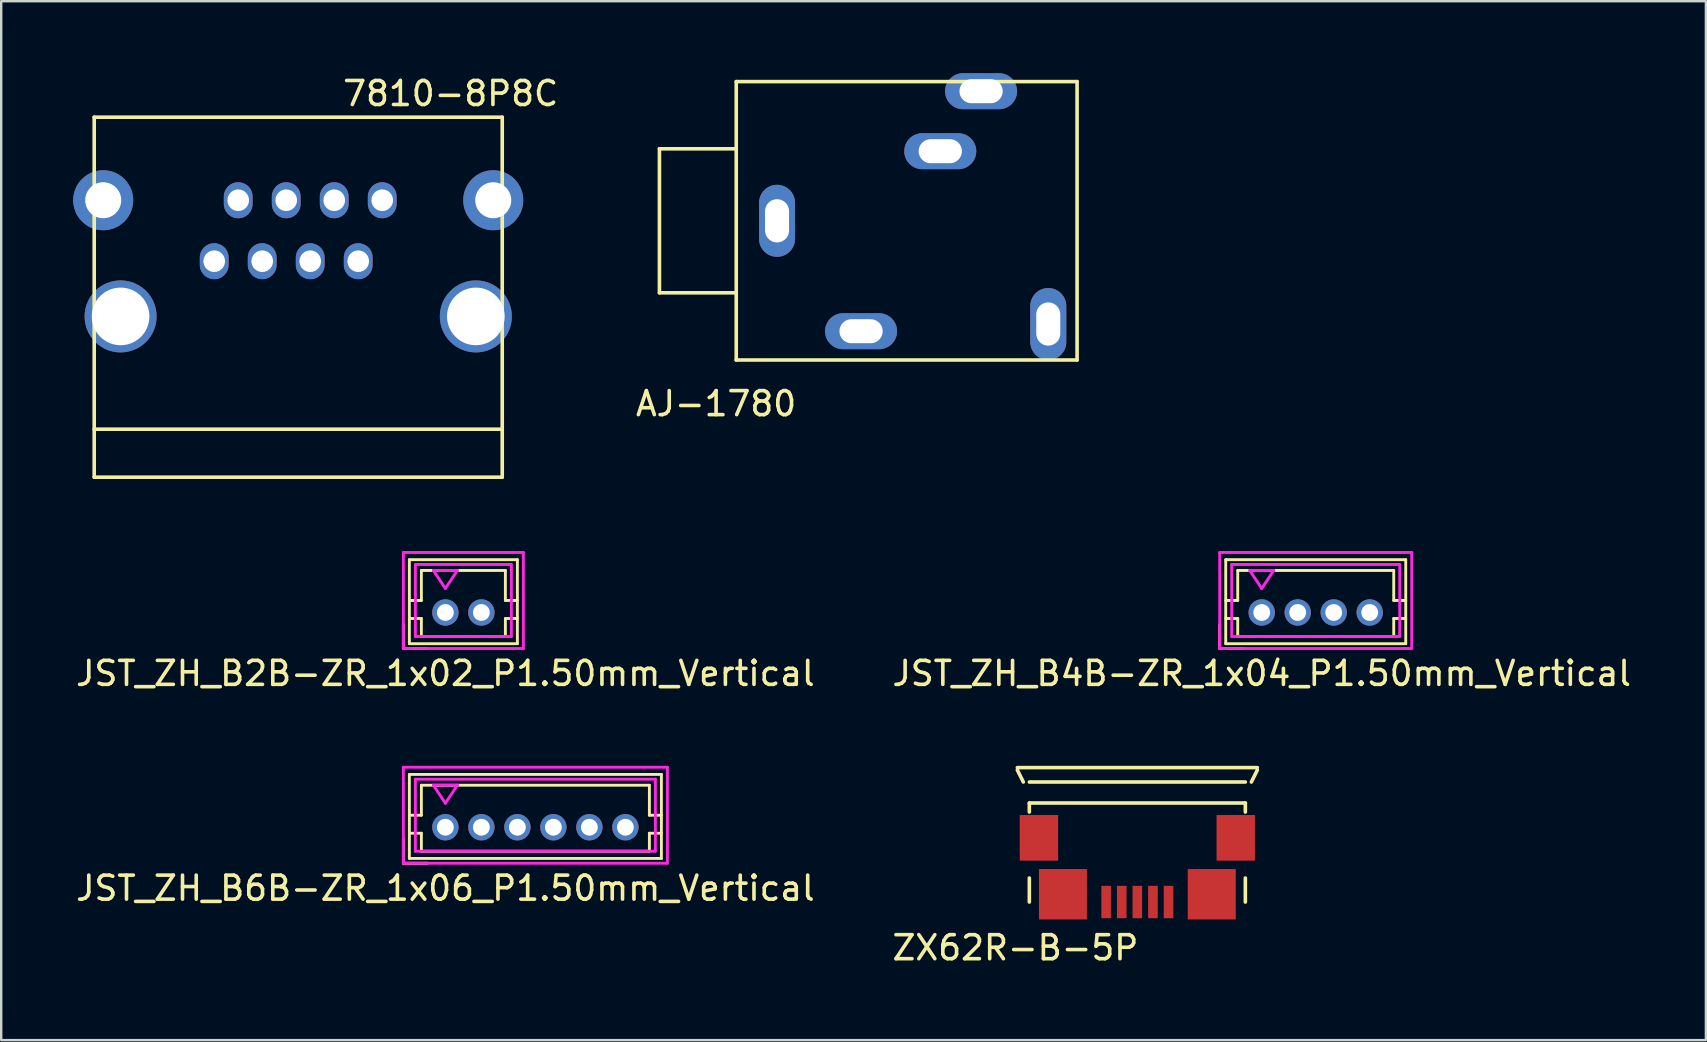
<source format=kicad_pcb>
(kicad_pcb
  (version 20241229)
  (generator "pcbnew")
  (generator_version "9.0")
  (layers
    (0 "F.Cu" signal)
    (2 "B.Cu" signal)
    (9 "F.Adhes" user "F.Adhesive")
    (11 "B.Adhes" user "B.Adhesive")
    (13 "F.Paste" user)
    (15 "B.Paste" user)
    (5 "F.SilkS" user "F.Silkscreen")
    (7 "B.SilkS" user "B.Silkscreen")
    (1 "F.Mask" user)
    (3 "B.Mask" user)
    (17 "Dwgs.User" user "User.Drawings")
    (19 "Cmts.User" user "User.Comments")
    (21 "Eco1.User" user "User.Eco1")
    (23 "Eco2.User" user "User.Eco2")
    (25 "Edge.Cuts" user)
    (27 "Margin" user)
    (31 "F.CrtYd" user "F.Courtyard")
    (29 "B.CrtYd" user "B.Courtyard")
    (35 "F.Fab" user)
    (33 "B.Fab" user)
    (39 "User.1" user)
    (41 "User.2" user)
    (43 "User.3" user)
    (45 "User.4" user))
  (footprint "ZX62R-B-5P"
    (layer "F.Cu")
    (at 44.336 34.532)
    (property "Reference" "ZX62R-B-5P" (at -5.08 1.905 0) (layer "F.SilkS") (effects (font (size 1 1) (thickness 0.15))))
    (attr through_hole)
    (fp_line (start -5 -5.6) (end 5 -5.6) (stroke (width 0.15) (type solid)) (layer "F.SilkS"))
    (fp_line (start -5 -5.5) (end -4.75 -5) (stroke (width 0.15) (type solid)) (layer "F.SilkS"))
    (fp_line (start -4.5 -5) (end 4.5 -5) (stroke (width 0.15) (type solid)) (layer "F.SilkS"))
    (fp_line (start -4.5 -4.125) (end 4.5 -4.125) (stroke (width 0.15) (type solid)) (layer "F.SilkS"))
    (fp_line (start -4.5 -3.75) (end -4.5 -4.125) (stroke (width 0.15) (type solid)) (layer "F.SilkS"))
    (fp_line (start -4.5 -1) (end -4.5 0) (stroke (width 0.15) (type solid)) (layer "F.SilkS"))
    (fp_line (start 4.5 -3.75) (end 4.5 -4.125) (stroke (width 0.15) (type solid)) (layer "F.SilkS"))
    (fp_line (start 4.5 -1) (end 4.5 0) (stroke (width 0.15) (type solid)) (layer "F.SilkS"))
    (fp_line (start 5 -5.5) (end 4.75 -5) (stroke (width 0.15) (type solid)) (layer "F.SilkS"))
    (pad "1" smd rect (at -1.3 0) (size 0.4 1.35) (layers "F.Cu" "F.Mask" "F.Paste"))
    (pad "2" smd rect (at -0.65 0) (size 0.4 1.35) (layers "F.Cu" "F.Mask" "F.Paste"))
    (pad "3" smd rect (at 0 0) (size 0.4 1.35) (layers "F.Cu" "F.Mask" "F.Paste"))
    (pad "4" smd rect (at 0.65 0) (size 0.4 1.35) (layers "F.Cu" "F.Mask" "F.Paste"))
    (pad "5" smd rect (at 1.3 0) (size 0.4 1.35) (layers "F.Cu" "F.Mask" "F.Paste"))
    (pad "6" smd rect (at -4.1 -2.675) (size 1.6 1.9) (layers "F.Cu" "F.Mask" "F.Paste"))
    (pad "6" smd rect (at -3.1 -0.325) (size 2 2.1) (layers "F.Cu" "F.Mask" "F.Paste"))
    (pad "6" smd rect (at 3.1 -0.325) (size 2 2.1) (layers "F.Cu" "F.Mask" "F.Paste"))
    (pad "6" smd rect (at 4.1 -2.675) (size 1.6 1.9) (layers "F.Cu" "F.Mask" "F.Paste")))
  (footprint "7810-8P8C"
    (layer "F.Cu")
    (at 9.375 7.833)
    (property "Reference" "7810-8P8C" (at 6.35 -6.985 180) (layer "F.SilkS") (effects (font (size 1 1) (thickness 0.15))))
    (attr through_hole)
    (fp_line (start -8.5 -6) (end -8.5 9) (stroke (width 0.15) (type solid)) (layer "F.SilkS"))
    (fp_line (start -8.5 7) (end 8.5 7) (stroke (width 0.15) (type solid)) (layer "F.SilkS"))
    (fp_line (start 8.5 -6) (end -8.5 -6) (stroke (width 0.15) (type solid)) (layer "F.SilkS"))
    (fp_line (start 8.5 -6) (end 8.5 9) (stroke (width 0.15) (type solid)) (layer "F.SilkS"))
    (fp_line (start 8.5 9) (end -8.5 9) (stroke (width 0.15) (type solid)) (layer "F.SilkS"))
    (pad "" thru_hole circle (at -7.4 2.3) (size 3 3) (drill 2.4) (layers "*.Cu" "*.Mask"))
    (pad "" thru_hole circle (at 7.4 2.3) (size 3 3) (drill 2.4) (layers "*.Cu" "*.Mask"))
    (pad "1" thru_hole oval (at 3.5 -2.54) (size 1.2 1.5) (drill 0.9) (layers "*.Cu" "*.Mask"))
    (pad "2" thru_hole oval (at 2.5 0) (size 1.2 1.5) (drill 0.9) (layers "*.Cu" "*.Mask"))
    (pad "3" thru_hole oval (at 1.5 -2.54) (size 1.2 1.5) (drill 0.9) (layers "*.Cu" "*.Mask"))
    (pad "4" thru_hole oval (at 0.5 0) (size 1.2 1.5) (drill 0.9) (layers "*.Cu" "*.Mask"))
    (pad "5" thru_hole oval (at -0.5 -2.54) (size 1.2 1.5) (drill 0.9) (layers "*.Cu" "*.Mask"))
    (pad "6" thru_hole oval (at -1.5 0) (size 1.2 1.5) (drill 0.9) (layers "*.Cu" "*.Mask"))
    (pad "7" thru_hole oval (at -2.5 -2.54) (size 1.2 1.5) (drill 0.9) (layers "*.Cu" "*.Mask"))
    (pad "8" thru_hole oval (at -3.5 0) (size 1.2 1.5) (drill 0.9) (layers "*.Cu" "*.Mask"))
    (pad "SH" thru_hole circle (at -8.125 -2.54) (size 2.5 2.5) (drill 1.5) (layers "*.Cu" "*.Mask"))
    (pad "SH" thru_hole circle (at 8.125 -2.54) (size 2.5 2.5) (drill 1.5) (layers "*.Cu" "*.Mask")))
  (footprint "JST_ZH_B4B-ZR_1x04_P1.50mm_Vertical"
    (layer "F.Cu")
    (at 49.518 22.468)
    (property "Reference" "JST_ZH_B4B-ZR_1x04_P1.50mm_Vertical" (at 0 2.54 0) (layer "F.SilkS") (effects (font (size 1 1) (thickness 0.15))))
    (attr through_hole)
    (fp_line (start -1.75 0.5) (end -1.75 1.5) (stroke (width 0.12) (type solid)) (layer "F.SilkS"))
    (fp_line (start -1.75 1.5) (end -0.75 1.5) (stroke (width 0.12) (type solid)) (layer "F.SilkS"))
    (fp_line (start -1.5 -2.2) (end -1.5 1.3) (stroke (width 0.12) (type solid)) (layer "F.SilkS"))
    (fp_line (start -1.5 -2.2) (end 6 -2.2) (stroke (width 0.12) (type solid)) (layer "F.SilkS"))
    (fp_line (start -1.5 -0.5) (end -1 -0.5) (stroke (width 0.12) (type solid)) (layer "F.SilkS"))
    (fp_line (start -1.5 0.25) (end -1 0.25) (stroke (width 0.12) (type solid)) (layer "F.SilkS"))
    (fp_line (start -1.5 1.3) (end 6 1.3) (stroke (width 0.12) (type solid)) (layer "F.SilkS"))
    (fp_line (start -1 -1.75) (end 5.5 -1.75) (stroke (width 0.12) (type solid)) (layer "F.SilkS"))
    (fp_line (start -1 -0.5) (end -1 -1.75) (stroke (width 0.12) (type solid)) (layer "F.SilkS"))
    (fp_line (start -1 0.25) (end -1 1) (stroke (width 0.12) (type solid)) (layer "F.SilkS"))
    (fp_line (start -1 1) (end 5.5 1) (stroke (width 0.12) (type solid)) (layer "F.SilkS"))
    (fp_line (start 5.5 -1.75) (end 5.5 -0.5) (stroke (width 0.12) (type solid)) (layer "F.SilkS"))
    (fp_line (start 5.5 -0.5) (end 6 -0.5) (stroke (width 0.12) (type solid)) (layer "F.SilkS"))
    (fp_line (start 5.5 0.25) (end 6 0.25) (stroke (width 0.12) (type solid)) (layer "F.SilkS"))
    (fp_line (start 5.5 1) (end 5.5 0.25) (stroke (width 0.12) (type solid)) (layer "F.SilkS"))
    (fp_line (start 6 -2.2) (end 6 1.3) (stroke (width 0.12) (type solid)) (layer "F.SilkS"))
    (fp_line (start -1.75 -2.5) (end 6.25 -2.5) (stroke (width 0.12) (type solid)) (layer "F.CrtYd"))
    (fp_line (start -1.75 1.5) (end -1.75 -2.5) (stroke (width 0.12) (type solid)) (layer "F.CrtYd"))
    (fp_line (start -1.25 -2) (end -1.25 1) (stroke (width 0.12) (type solid)) (layer "F.CrtYd"))
    (fp_line (start -1.25 1) (end 5.75 1) (stroke (width 0.12) (type solid)) (layer "F.CrtYd"))
    (fp_line (start -0.5 -1.75) (end 0 -1) (stroke (width 0.12) (type solid)) (layer "F.CrtYd"))
    (fp_line (start -0.5 -1.75) (end 0.5 -1.75) (stroke (width 0.12) (type solid)) (layer "F.CrtYd"))
    (fp_line (start 0 -1) (end 0.5 -1.75) (stroke (width 0.12) (type solid)) (layer "F.CrtYd"))
    (fp_line (start 5.75 -2) (end -1.25 -2) (stroke (width 0.12) (type solid)) (layer "F.CrtYd"))
    (fp_line (start 5.75 1) (end 5.75 -2) (stroke (width 0.12) (type solid)) (layer "F.CrtYd"))
    (fp_line (start 6.25 -2.5) (end 6.25 1.5) (stroke (width 0.12) (type solid)) (layer "F.CrtYd"))
    (fp_line (start 6.25 1.5) (end -1.75 1.5) (stroke (width 0.12) (type solid)) (layer "F.CrtYd"))
    (pad "1" thru_hole circle (at 0 0) (size 1.1 1.1) (drill 0.7) (layers "*.Cu" "*.Mask"))
    (pad "2" thru_hole circle (at 1.5 0) (size 1.1 1.1) (drill 0.7) (layers "*.Cu" "*.Mask"))
    (pad "3" thru_hole circle (at 3 0) (size 1.1 1.1) (drill 0.7) (layers "*.Cu" "*.Mask"))
    (pad "4" thru_hole circle (at 4.5 0) (size 1.1 1.1) (drill 0.7) (layers "*.Cu" "*.Mask")))
  (footprint "JST_ZH_B6B-ZR_1x06_P1.50mm_Vertical"
    (layer "F.Cu")
    (at 15.506 31.416)
    (property "Reference" "JST_ZH_B6B-ZR_1x06_P1.50mm_Vertical" (at 0 2.54 0) (layer "F.SilkS") (effects (font (size 1 1) (thickness 0.15))))
    (attr through_hole)
    (fp_line (start -1.75 0.5) (end -1.75 1.5) (stroke (width 0.12) (type solid)) (layer "F.SilkS"))
    (fp_line (start -1.75 1.5) (end -0.75 1.5) (stroke (width 0.12) (type solid)) (layer "F.SilkS"))
    (fp_line (start -1.5 -2.2) (end -1.5 1.3) (stroke (width 0.12) (type solid)) (layer "F.SilkS"))
    (fp_line (start -1.5 -2.2) (end 9 -2.2) (stroke (width 0.12) (type solid)) (layer "F.SilkS"))
    (fp_line (start -1.5 -0.5) (end -1 -0.5) (stroke (width 0.12) (type solid)) (layer "F.SilkS"))
    (fp_line (start -1.5 0.25) (end -1 0.25) (stroke (width 0.12) (type solid)) (layer "F.SilkS"))
    (fp_line (start -1.5 1.3) (end 9 1.3) (stroke (width 0.12) (type solid)) (layer "F.SilkS"))
    (fp_line (start -1 -1.75) (end 8.5 -1.75) (stroke (width 0.12) (type solid)) (layer "F.SilkS"))
    (fp_line (start -1 -0.5) (end -1 -1.75) (stroke (width 0.12) (type solid)) (layer "F.SilkS"))
    (fp_line (start -1 0.25) (end -1 1) (stroke (width 0.12) (type solid)) (layer "F.SilkS"))
    (fp_line (start -1 1) (end 8.5 1) (stroke (width 0.12) (type solid)) (layer "F.SilkS"))
    (fp_line (start 8.5 -1.75) (end 8.5 -0.5) (stroke (width 0.12) (type solid)) (layer "F.SilkS"))
    (fp_line (start 8.5 -0.5) (end 9 -0.5) (stroke (width 0.12) (type solid)) (layer "F.SilkS"))
    (fp_line (start 8.5 0.25) (end 9 0.25) (stroke (width 0.12) (type solid)) (layer "F.SilkS"))
    (fp_line (start 8.5 1) (end 8.5 0.25) (stroke (width 0.12) (type solid)) (layer "F.SilkS"))
    (fp_line (start 9 -2.2) (end 9 1.3) (stroke (width 0.12) (type solid)) (layer "F.SilkS"))
    (fp_line (start -1.75 -2.5) (end 9.25 -2.5) (stroke (width 0.12) (type solid)) (layer "F.CrtYd"))
    (fp_line (start -1.75 1.5) (end -1.75 -2.5) (stroke (width 0.12) (type solid)) (layer "F.CrtYd"))
    (fp_line (start -1.25 -2) (end -1.25 1) (stroke (width 0.12) (type solid)) (layer "F.CrtYd"))
    (fp_line (start -1.25 1) (end 8.75 1) (stroke (width 0.12) (type solid)) (layer "F.CrtYd"))
    (fp_line (start -0.5 -1.75) (end 0 -1) (stroke (width 0.12) (type solid)) (layer "F.CrtYd"))
    (fp_line (start -0.5 -1.75) (end 0.5 -1.75) (stroke (width 0.12) (type solid)) (layer "F.CrtYd"))
    (fp_line (start 0 -1) (end 0.5 -1.75) (stroke (width 0.12) (type solid)) (layer "F.CrtYd"))
    (fp_line (start 8.75 -2) (end -1.25 -2) (stroke (width 0.12) (type solid)) (layer "F.CrtYd"))
    (fp_line (start 8.75 1) (end 8.75 -2) (stroke (width 0.12) (type solid)) (layer "F.CrtYd"))
    (fp_line (start 9.25 -2.5) (end 9.25 1.5) (stroke (width 0.12) (type solid)) (layer "F.CrtYd"))
    (fp_line (start 9.25 1.5) (end -1.75 1.5) (stroke (width 0.12) (type solid)) (layer "F.CrtYd"))
    (pad "1" thru_hole circle (at 0 0) (size 1.1 1.1) (drill 0.7) (layers "*.Cu" "*.Mask"))
    (pad "2" thru_hole circle (at 1.5 0) (size 1.1 1.1) (drill 0.7) (layers "*.Cu" "*.Mask"))
    (pad "3" thru_hole circle (at 3 0) (size 1.1 1.1) (drill 0.7) (layers "*.Cu" "*.Mask"))
    (pad "4" thru_hole circle (at 4.5 0) (size 1.1 1.1) (drill 0.7) (layers "*.Cu" "*.Mask"))
    (pad "5" thru_hole circle (at 6 0) (size 1.1 1.1) (drill 0.7) (layers "*.Cu" "*.Mask"))
    (pad "6" thru_hole circle (at 7.5 0) (size 1.1 1.1) (drill 0.7) (layers "*.Cu" "*.Mask")))
  (footprint "JST_ZH_B2B-ZR_1x02_P1.50mm_Vertical"
    (layer "F.Cu")
    (at 15.506 22.468)
    (property "Reference" "JST_ZH_B2B-ZR_1x02_P1.50mm_Vertical" (at 0 2.54 0) (layer "F.SilkS") (effects (font (size 1 1) (thickness 0.15))))
    (attr through_hole)
    (fp_line (start -1.75 0.5) (end -1.75 1.5) (stroke (width 0.12) (type solid)) (layer "F.SilkS"))
    (fp_line (start -1.75 1.5) (end -0.75 1.5) (stroke (width 0.12) (type solid)) (layer "F.SilkS"))
    (fp_line (start -1.5 -2.2) (end -1.5 1.3) (stroke (width 0.12) (type solid)) (layer "F.SilkS"))
    (fp_line (start -1.5 -2.2) (end 3 -2.2) (stroke (width 0.12) (type solid)) (layer "F.SilkS"))
    (fp_line (start -1.5 -0.5) (end -1 -0.5) (stroke (width 0.12) (type solid)) (layer "F.SilkS"))
    (fp_line (start -1.5 0.25) (end -1 0.25) (stroke (width 0.12) (type solid)) (layer "F.SilkS"))
    (fp_line (start -1.5 1.3) (end 3 1.3) (stroke (width 0.12) (type solid)) (layer "F.SilkS"))
    (fp_line (start -1 -1.75) (end 2.5 -1.75) (stroke (width 0.12) (type solid)) (layer "F.SilkS"))
    (fp_line (start -1 -0.5) (end -1 -1.75) (stroke (width 0.12) (type solid)) (layer "F.SilkS"))
    (fp_line (start -1 0.25) (end -1 1) (stroke (width 0.12) (type solid)) (layer "F.SilkS"))
    (fp_line (start -1 1) (end 2.5 1) (stroke (width 0.12) (type solid)) (layer "F.SilkS"))
    (fp_line (start 2.5 -1.75) (end 2.5 -0.5) (stroke (width 0.12) (type solid)) (layer "F.SilkS"))
    (fp_line (start 2.5 -0.5) (end 3 -0.5) (stroke (width 0.12) (type solid)) (layer "F.SilkS"))
    (fp_line (start 2.5 0.25) (end 3 0.25) (stroke (width 0.12) (type solid)) (layer "F.SilkS"))
    (fp_line (start 2.5 1) (end 2.5 0.25) (stroke (width 0.12) (type solid)) (layer "F.SilkS"))
    (fp_line (start 3 -2.2) (end 3 1.3) (stroke (width 0.12) (type solid)) (layer "F.SilkS"))
    (fp_line (start -1.75 -2.5) (end 3.25 -2.5) (stroke (width 0.12) (type solid)) (layer "F.CrtYd"))
    (fp_line (start -1.75 1.5) (end -1.75 -2.5) (stroke (width 0.12) (type solid)) (layer "F.CrtYd"))
    (fp_line (start -1.25 -2) (end -1.25 1) (stroke (width 0.12) (type solid)) (layer "F.CrtYd"))
    (fp_line (start -1.25 1) (end 2.75 1) (stroke (width 0.12) (type solid)) (layer "F.CrtYd"))
    (fp_line (start -0.5 -1.75) (end 0 -1) (stroke (width 0.12) (type solid)) (layer "F.CrtYd"))
    (fp_line (start -0.5 -1.75) (end 0.5 -1.75) (stroke (width 0.12) (type solid)) (layer "F.CrtYd"))
    (fp_line (start 0 -1) (end 0.5 -1.75) (stroke (width 0.12) (type solid)) (layer "F.CrtYd"))
    (fp_line (start 2.75 -2) (end -1.25 -2) (stroke (width 0.12) (type solid)) (layer "F.CrtYd"))
    (fp_line (start 2.75 1) (end 2.75 -2) (stroke (width 0.12) (type solid)) (layer "F.CrtYd"))
    (fp_line (start 3.25 -2.5) (end 3.25 1.5) (stroke (width 0.12) (type solid)) (layer "F.CrtYd"))
    (fp_line (start 3.25 1.5) (end -1.75 1.5) (stroke (width 0.12) (type solid)) (layer "F.CrtYd"))
    (pad "1" thru_hole circle (at 0 0) (size 1.1 1.1) (drill 0.7) (layers "*.Cu" "*.Mask"))
    (pad "2" thru_hole circle (at 1.5 0) (size 1.1 1.1) (drill 0.7) (layers "*.Cu" "*.Mask")))
  (footprint "AJ-1780"
    (layer "F.Cu")
    (at 29.325 6.15)
    (property "Reference" "AJ-1780" (at -2.54 7.62 0) (layer "F.SilkS") (effects (font (size 1 1) (thickness 0.15))))
    (attr through_hole)
    (fp_line (start -4.9 -3) (end -4.9 3) (stroke (width 0.15) (type solid)) (layer "F.SilkS"))
    (fp_line (start -1.7 -5.8) (end -1.7 5.8) (stroke (width 0.15) (type solid)) (layer "F.SilkS"))
    (fp_line (start -1.7 -5.8) (end 12.5 -5.8) (stroke (width 0.15) (type solid)) (layer "F.SilkS"))
    (fp_line (start -1.7 -3) (end -4.9 -3) (stroke (width 0.15) (type solid)) (layer "F.SilkS"))
    (fp_line (start -1.7 3) (end -4.9 3) (stroke (width 0.15) (type solid)) (layer "F.SilkS"))
    (fp_line (start -1.7 5.8) (end 12.5 5.8) (stroke (width 0.15) (type solid)) (layer "F.SilkS"))
    (fp_line (start 12.5 -5.8) (end 12.5 5.8) (stroke (width 0.15) (type solid)) (layer "F.SilkS"))
    (pad "1" thru_hole oval (at 0 0) (size 1.5 3) (drill oval 1 1.8) (layers "*.Cu" "*.Mask"))
    (pad "2" thru_hole oval (at 3.5 4.6 90) (size 1.5 3) (drill oval 1 1.8) (layers "*.Cu" "*.Mask"))
    (pad "3" thru_hole oval (at 8.5 -5.4 90) (size 1.5 3) (drill oval 1 1.8) (layers "*.Cu" "*.Mask"))
    (pad "5" thru_hole oval (at 11.3 4.3) (size 1.5 3) (drill oval 1 1.8) (layers "*.Cu" "*.Mask"))
    (pad "6" thru_hole oval (at 6.8 -2.9 90) (size 1.5 3) (drill oval 1 1.8) (layers "*.Cu" "*.Mask")))
  (gr_rect
    (start -3 -3)
    (end 68.024 40.285)
    (stroke (width 0.1) (type default))
    (fill no)
    (layer "Edge.Cuts")))
</source>
